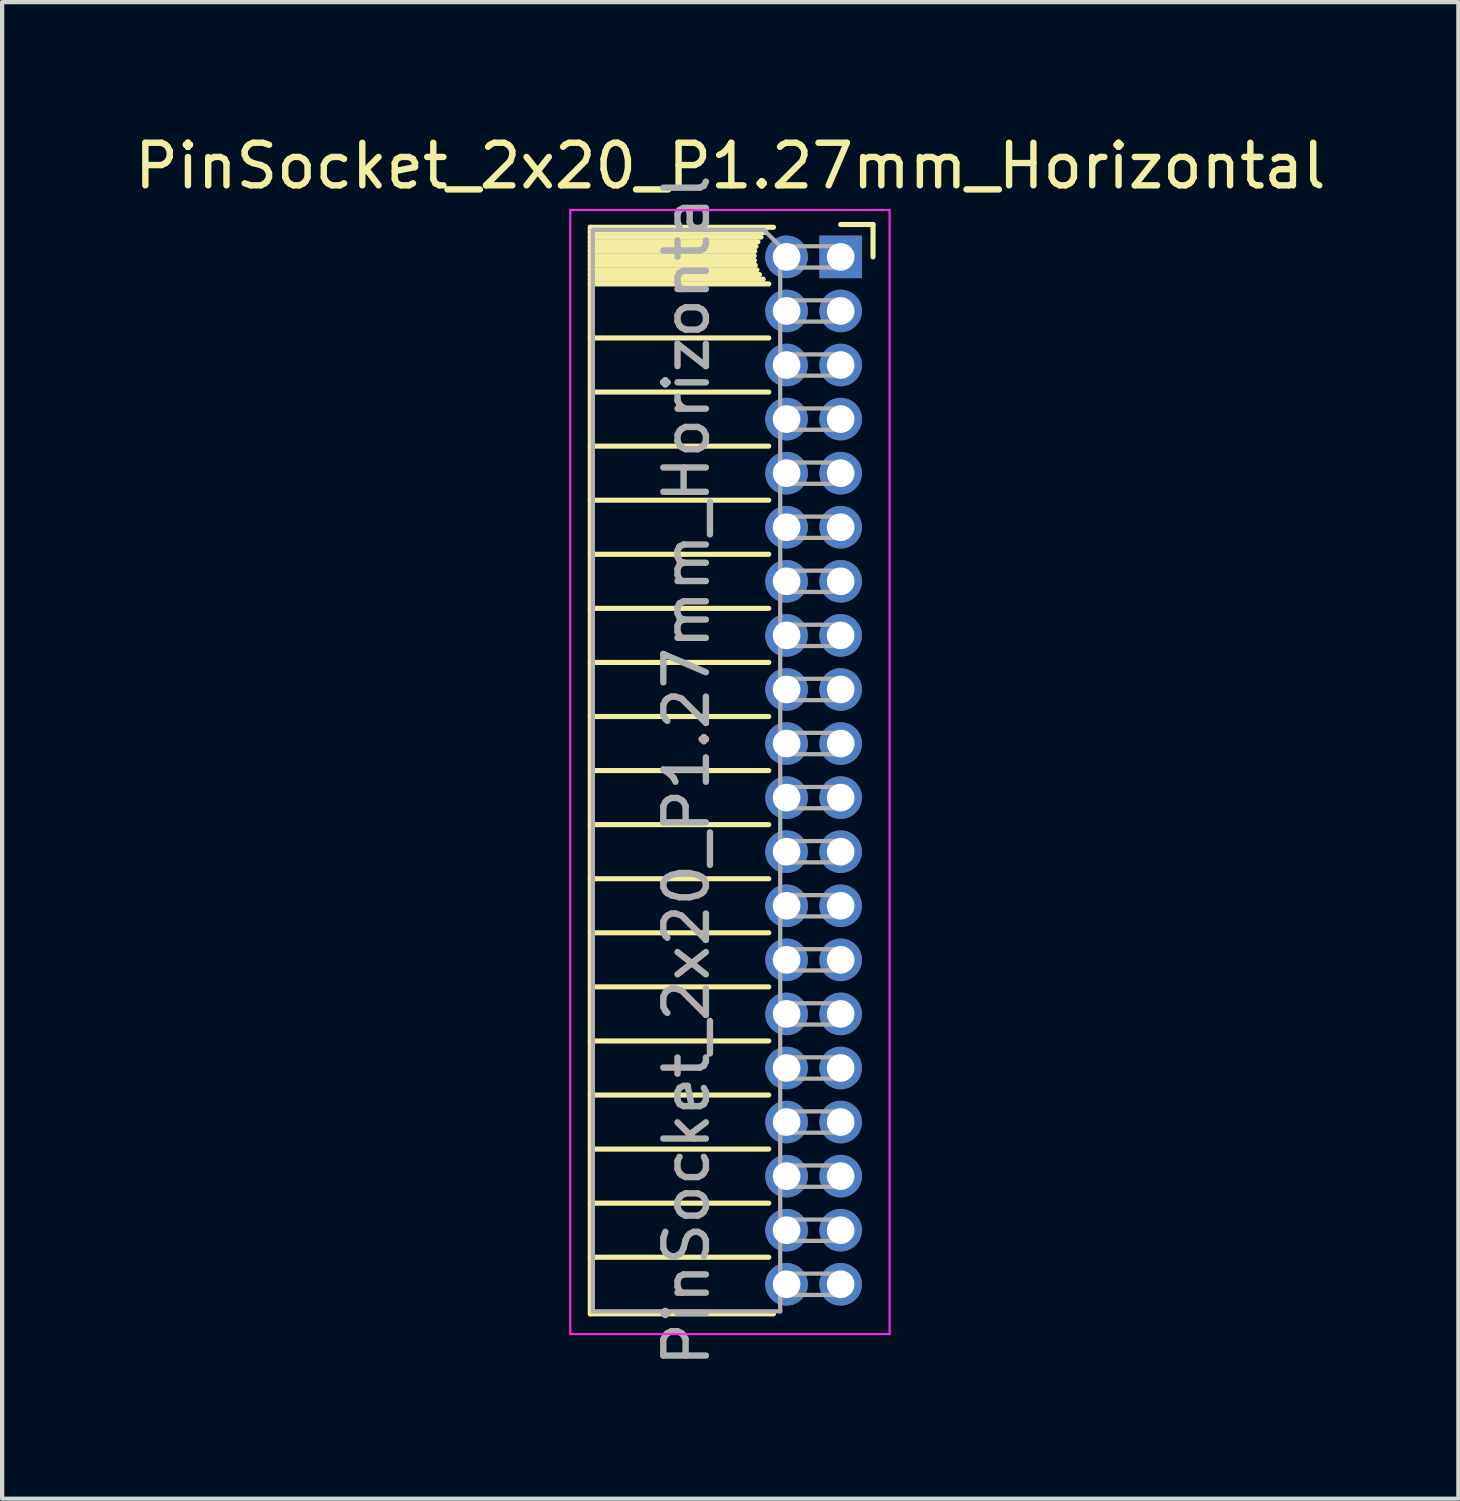
<source format=kicad_pcb>
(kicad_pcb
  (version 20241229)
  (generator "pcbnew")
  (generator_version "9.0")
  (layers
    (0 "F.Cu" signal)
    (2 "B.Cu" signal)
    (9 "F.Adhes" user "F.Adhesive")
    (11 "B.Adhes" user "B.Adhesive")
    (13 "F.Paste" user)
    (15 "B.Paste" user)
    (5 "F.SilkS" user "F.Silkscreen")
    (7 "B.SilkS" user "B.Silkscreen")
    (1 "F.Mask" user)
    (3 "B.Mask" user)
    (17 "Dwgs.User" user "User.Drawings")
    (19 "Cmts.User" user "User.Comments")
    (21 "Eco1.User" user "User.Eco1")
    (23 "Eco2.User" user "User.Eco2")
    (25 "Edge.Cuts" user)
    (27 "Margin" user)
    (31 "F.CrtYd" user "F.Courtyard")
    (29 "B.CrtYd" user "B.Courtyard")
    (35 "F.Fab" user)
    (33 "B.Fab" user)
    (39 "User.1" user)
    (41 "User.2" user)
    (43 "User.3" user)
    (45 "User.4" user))
  (footprint "PinSocket_2x20_P1.27mm_Horizontal"
    (layer "F.Cu")
    (at 16.694 2.983)
    (property "Reference" "PinSocket_2x20_P1.27mm_Horizontal" (at -2.592 -2.135 0) (layer "F.SilkS") (effects (font (size 1 1) (thickness 0.15))))
    (attr through_hole)
    (fp_line (start -5.88 -0.695) (end -5.88 24.825) (stroke (width 0.12) (type solid)) (layer "F.SilkS"))
    (fp_line (start -5.88 -0.695) (end -1.578 -0.695) (stroke (width 0.12) (type solid)) (layer "F.SilkS"))
    (fp_line (start -5.88 -0.575) (end -1.767 -0.575) (stroke (width 0.12) (type solid)) (layer "F.SilkS"))
    (fp_line (start -5.88 -0.465) (end -1.871 -0.465) (stroke (width 0.12) (type solid)) (layer "F.SilkS"))
    (fp_line (start -5.88 -0.355) (end -1.942 -0.355) (stroke (width 0.12) (type solid)) (layer "F.SilkS"))
    (fp_line (start -5.88 -0.245) (end -1.989 -0.245) (stroke (width 0.12) (type solid)) (layer "F.SilkS"))
    (fp_line (start -5.88 -0.135) (end -2.018 -0.135) (stroke (width 0.12) (type solid)) (layer "F.SilkS"))
    (fp_line (start -5.88 -0.025) (end -2.03 -0.025) (stroke (width 0.12) (type solid)) (layer "F.SilkS"))
    (fp_line (start -5.88 0.085) (end -2.025 0.085) (stroke (width 0.12) (type solid)) (layer "F.SilkS"))
    (fp_line (start -5.88 0.195) (end -2.005 0.195) (stroke (width 0.12) (type solid)) (layer "F.SilkS"))
    (fp_line (start -5.88 0.305) (end -1.966 0.305) (stroke (width 0.12) (type solid)) (layer "F.SilkS"))
    (fp_line (start -5.88 0.415) (end -1.907 0.415) (stroke (width 0.12) (type solid)) (layer "F.SilkS"))
    (fp_line (start -5.88 0.525) (end -1.82 0.525) (stroke (width 0.12) (type solid)) (layer "F.SilkS"))
    (fp_line (start -5.88 0.635) (end -1.688 0.635) (stroke (width 0.12) (type solid)) (layer "F.SilkS"))
    (fp_line (start -5.88 1.905) (end -1.688 1.905) (stroke (width 0.12) (type solid)) (layer "F.SilkS"))
    (fp_line (start -5.88 3.175) (end -1.688 3.175) (stroke (width 0.12) (type solid)) (layer "F.SilkS"))
    (fp_line (start -5.88 4.445) (end -1.688 4.445) (stroke (width 0.12) (type solid)) (layer "F.SilkS"))
    (fp_line (start -5.88 5.715) (end -1.688 5.715) (stroke (width 0.12) (type solid)) (layer "F.SilkS"))
    (fp_line (start -5.88 6.985) (end -1.688 6.985) (stroke (width 0.12) (type solid)) (layer "F.SilkS"))
    (fp_line (start -5.88 8.255) (end -1.688 8.255) (stroke (width 0.12) (type solid)) (layer "F.SilkS"))
    (fp_line (start -5.88 9.525) (end -1.688 9.525) (stroke (width 0.12) (type solid)) (layer "F.SilkS"))
    (fp_line (start -5.88 10.795) (end -1.688 10.795) (stroke (width 0.12) (type solid)) (layer "F.SilkS"))
    (fp_line (start -5.88 12.065) (end -1.688 12.065) (stroke (width 0.12) (type solid)) (layer "F.SilkS"))
    (fp_line (start -5.88 13.335) (end -1.688 13.335) (stroke (width 0.12) (type solid)) (layer "F.SilkS"))
    (fp_line (start -5.88 14.605) (end -1.688 14.605) (stroke (width 0.12) (type solid)) (layer "F.SilkS"))
    (fp_line (start -5.88 15.875) (end -1.688 15.875) (stroke (width 0.12) (type solid)) (layer "F.SilkS"))
    (fp_line (start -5.88 17.145) (end -1.688 17.145) (stroke (width 0.12) (type solid)) (layer "F.SilkS"))
    (fp_line (start -5.88 18.415) (end -1.688 18.415) (stroke (width 0.12) (type solid)) (layer "F.SilkS"))
    (fp_line (start -5.88 19.685) (end -1.688 19.685) (stroke (width 0.12) (type solid)) (layer "F.SilkS"))
    (fp_line (start -5.88 20.955) (end -1.688 20.955) (stroke (width 0.12) (type solid)) (layer "F.SilkS"))
    (fp_line (start -5.88 22.225) (end -1.688 22.225) (stroke (width 0.12) (type solid)) (layer "F.SilkS"))
    (fp_line (start -5.88 23.495) (end -1.688 23.495) (stroke (width 0.12) (type solid)) (layer "F.SilkS"))
    (fp_line (start -5.88 24.825) (end -1.578 24.825) (stroke (width 0.12) (type solid)) (layer "F.SilkS"))
    (fp_line (start 0 -0.76) (end 0.76 -0.76) (stroke (width 0.12) (type solid)) (layer "F.SilkS"))
    (fp_line (start 0.76 -0.76) (end 0.76 0) (stroke (width 0.12) (type solid)) (layer "F.SilkS"))
    (fp_line (start -6.35 -1.1) (end -6.35 25.3) (stroke (width 0.05) (type solid)) (layer "F.CrtYd"))
    (fp_line (start -6.35 25.3) (end 1.15 25.3) (stroke (width 0.05) (type solid)) (layer "F.CrtYd"))
    (fp_line (start 1.15 -1.1) (end -6.35 -1.1) (stroke (width 0.05) (type solid)) (layer "F.CrtYd"))
    (fp_line (start 1.15 25.3) (end 1.15 -1.1) (stroke (width 0.05) (type solid)) (layer "F.CrtYd"))
    (fp_line (start -5.82 -0.635) (end -1.805 -0.635) (stroke (width 0.1) (type solid)) (layer "F.Fab"))
    (fp_line (start -5.82 24.765) (end -5.82 -0.635) (stroke (width 0.1) (type solid)) (layer "F.Fab"))
    (fp_line (start -1.805 -0.635) (end -1.42 -0.25) (stroke (width 0.1) (type solid)) (layer "F.Fab"))
    (fp_line (start -1.42 -0.25) (end -1.42 24.765) (stroke (width 0.1) (type solid)) (layer "F.Fab"))
    (fp_line (start -1.42 0.25) (end 0 0.25) (stroke (width 0.1) (type solid)) (layer "F.Fab"))
    (fp_line (start -1.42 1.52) (end 0 1.52) (stroke (width 0.1) (type solid)) (layer "F.Fab"))
    (fp_line (start -1.42 2.79) (end 0 2.79) (stroke (width 0.1) (type solid)) (layer "F.Fab"))
    (fp_line (start -1.42 4.06) (end 0 4.06) (stroke (width 0.1) (type solid)) (layer "F.Fab"))
    (fp_line (start -1.42 5.33) (end 0 5.33) (stroke (width 0.1) (type solid)) (layer "F.Fab"))
    (fp_line (start -1.42 6.6) (end 0 6.6) (stroke (width 0.1) (type solid)) (layer "F.Fab"))
    (fp_line (start -1.42 7.87) (end 0 7.87) (stroke (width 0.1) (type solid)) (layer "F.Fab"))
    (fp_line (start -1.42 9.14) (end 0 9.14) (stroke (width 0.1) (type solid)) (layer "F.Fab"))
    (fp_line (start -1.42 10.41) (end 0 10.41) (stroke (width 0.1) (type solid)) (layer "F.Fab"))
    (fp_line (start -1.42 11.68) (end 0 11.68) (stroke (width 0.1) (type solid)) (layer "F.Fab"))
    (fp_line (start -1.42 12.95) (end 0 12.95) (stroke (width 0.1) (type solid)) (layer "F.Fab"))
    (fp_line (start -1.42 14.22) (end 0 14.22) (stroke (width 0.1) (type solid)) (layer "F.Fab"))
    (fp_line (start -1.42 15.49) (end 0 15.49) (stroke (width 0.1) (type solid)) (layer "F.Fab"))
    (fp_line (start -1.42 16.76) (end 0 16.76) (stroke (width 0.1) (type solid)) (layer "F.Fab"))
    (fp_line (start -1.42 18.03) (end 0 18.03) (stroke (width 0.1) (type solid)) (layer "F.Fab"))
    (fp_line (start -1.42 19.3) (end 0 19.3) (stroke (width 0.1) (type solid)) (layer "F.Fab"))
    (fp_line (start -1.42 20.57) (end 0 20.57) (stroke (width 0.1) (type solid)) (layer "F.Fab"))
    (fp_line (start -1.42 21.84) (end 0 21.84) (stroke (width 0.1) (type solid)) (layer "F.Fab"))
    (fp_line (start -1.42 23.11) (end 0 23.11) (stroke (width 0.1) (type solid)) (layer "F.Fab"))
    (fp_line (start -1.42 24.38) (end 0 24.38) (stroke (width 0.1) (type solid)) (layer "F.Fab"))
    (fp_line (start -1.42 24.765) (end -5.82 24.765) (stroke (width 0.1) (type solid)) (layer "F.Fab"))
    (fp_line (start 0 -0.25) (end -1.42 -0.25) (stroke (width 0.1) (type solid)) (layer "F.Fab"))
    (fp_line (start 0 0.25) (end 0 -0.25) (stroke (width 0.1) (type solid)) (layer "F.Fab"))
    (fp_line (start 0 1.02) (end -1.42 1.02) (stroke (width 0.1) (type solid)) (layer "F.Fab"))
    (fp_line (start 0 1.52) (end 0 1.02) (stroke (width 0.1) (type solid)) (layer "F.Fab"))
    (fp_line (start 0 2.29) (end -1.42 2.29) (stroke (width 0.1) (type solid)) (layer "F.Fab"))
    (fp_line (start 0 2.79) (end 0 2.29) (stroke (width 0.1) (type solid)) (layer "F.Fab"))
    (fp_line (start 0 3.56) (end -1.42 3.56) (stroke (width 0.1) (type solid)) (layer "F.Fab"))
    (fp_line (start 0 4.06) (end 0 3.56) (stroke (width 0.1) (type solid)) (layer "F.Fab"))
    (fp_line (start 0 4.83) (end -1.42 4.83) (stroke (width 0.1) (type solid)) (layer "F.Fab"))
    (fp_line (start 0 5.33) (end 0 4.83) (stroke (width 0.1) (type solid)) (layer "F.Fab"))
    (fp_line (start 0 6.1) (end -1.42 6.1) (stroke (width 0.1) (type solid)) (layer "F.Fab"))
    (fp_line (start 0 6.6) (end 0 6.1) (stroke (width 0.1) (type solid)) (layer "F.Fab"))
    (fp_line (start 0 7.37) (end -1.42 7.37) (stroke (width 0.1) (type solid)) (layer "F.Fab"))
    (fp_line (start 0 7.87) (end 0 7.37) (stroke (width 0.1) (type solid)) (layer "F.Fab"))
    (fp_line (start 0 8.64) (end -1.42 8.64) (stroke (width 0.1) (type solid)) (layer "F.Fab"))
    (fp_line (start 0 9.14) (end 0 8.64) (stroke (width 0.1) (type solid)) (layer "F.Fab"))
    (fp_line (start 0 9.91) (end -1.42 9.91) (stroke (width 0.1) (type solid)) (layer "F.Fab"))
    (fp_line (start 0 10.41) (end 0 9.91) (stroke (width 0.1) (type solid)) (layer "F.Fab"))
    (fp_line (start 0 11.18) (end -1.42 11.18) (stroke (width 0.1) (type solid)) (layer "F.Fab"))
    (fp_line (start 0 11.68) (end 0 11.18) (stroke (width 0.1) (type solid)) (layer "F.Fab"))
    (fp_line (start 0 12.45) (end -1.42 12.45) (stroke (width 0.1) (type solid)) (layer "F.Fab"))
    (fp_line (start 0 12.95) (end 0 12.45) (stroke (width 0.1) (type solid)) (layer "F.Fab"))
    (fp_line (start 0 13.72) (end -1.42 13.72) (stroke (width 0.1) (type solid)) (layer "F.Fab"))
    (fp_line (start 0 14.22) (end 0 13.72) (stroke (width 0.1) (type solid)) (layer "F.Fab"))
    (fp_line (start 0 14.99) (end -1.42 14.99) (stroke (width 0.1) (type solid)) (layer "F.Fab"))
    (fp_line (start 0 15.49) (end 0 14.99) (stroke (width 0.1) (type solid)) (layer "F.Fab"))
    (fp_line (start 0 16.26) (end -1.42 16.26) (stroke (width 0.1) (type solid)) (layer "F.Fab"))
    (fp_line (start 0 16.76) (end 0 16.26) (stroke (width 0.1) (type solid)) (layer "F.Fab"))
    (fp_line (start 0 17.53) (end -1.42 17.53) (stroke (width 0.1) (type solid)) (layer "F.Fab"))
    (fp_line (start 0 18.03) (end 0 17.53) (stroke (width 0.1) (type solid)) (layer "F.Fab"))
    (fp_line (start 0 18.8) (end -1.42 18.8) (stroke (width 0.1) (type solid)) (layer "F.Fab"))
    (fp_line (start 0 19.3) (end 0 18.8) (stroke (width 0.1) (type solid)) (layer "F.Fab"))
    (fp_line (start 0 20.07) (end -1.42 20.07) (stroke (width 0.1) (type solid)) (layer "F.Fab"))
    (fp_line (start 0 20.57) (end 0 20.07) (stroke (width 0.1) (type solid)) (layer "F.Fab"))
    (fp_line (start 0 21.34) (end -1.42 21.34) (stroke (width 0.1) (type solid)) (layer "F.Fab"))
    (fp_line (start 0 21.84) (end 0 21.34) (stroke (width 0.1) (type solid)) (layer "F.Fab"))
    (fp_line (start 0 22.61) (end -1.42 22.61) (stroke (width 0.1) (type solid)) (layer "F.Fab"))
    (fp_line (start 0 23.11) (end 0 22.61) (stroke (width 0.1) (type solid)) (layer "F.Fab"))
    (fp_line (start 0 23.88) (end -1.42 23.88) (stroke (width 0.1) (type solid)) (layer "F.Fab"))
    (fp_line (start 0 24.38) (end 0 23.88) (stroke (width 0.1) (type solid)) (layer "F.Fab"))
    (fp_text user "${REFERENCE}" (at -3.62 12.065 90) (layer "F.Fab") (effects (font (size 1 1) (thickness 0.15))))
    (pad "1" thru_hole rect (at 0 0) (size 1 1) (drill 0.65) (layers "*.Cu" "*.Mask"))
    (pad "2" thru_hole oval (at -1.27 0) (size 1 1) (drill 0.65) (layers "*.Cu" "*.Mask"))
    (pad "3" thru_hole oval (at 0 1.27) (size 1 1) (drill 0.65) (layers "*.Cu" "*.Mask"))
    (pad "4" thru_hole oval (at -1.27 1.27) (size 1 1) (drill 0.65) (layers "*.Cu" "*.Mask"))
    (pad "5" thru_hole oval (at 0 2.54) (size 1 1) (drill 0.65) (layers "*.Cu" "*.Mask"))
    (pad "6" thru_hole oval (at -1.27 2.54) (size 1 1) (drill 0.65) (layers "*.Cu" "*.Mask"))
    (pad "7" thru_hole oval (at 0 3.81) (size 1 1) (drill 0.65) (layers "*.Cu" "*.Mask"))
    (pad "8" thru_hole oval (at -1.27 3.81) (size 1 1) (drill 0.65) (layers "*.Cu" "*.Mask"))
    (pad "9" thru_hole oval (at 0 5.08) (size 1 1) (drill 0.65) (layers "*.Cu" "*.Mask"))
    (pad "10" thru_hole oval (at -1.27 5.08) (size 1 1) (drill 0.65) (layers "*.Cu" "*.Mask"))
    (pad "11" thru_hole oval (at 0 6.35) (size 1 1) (drill 0.65) (layers "*.Cu" "*.Mask"))
    (pad "12" thru_hole oval (at -1.27 6.35) (size 1 1) (drill 0.65) (layers "*.Cu" "*.Mask"))
    (pad "13" thru_hole oval (at 0 7.62) (size 1 1) (drill 0.65) (layers "*.Cu" "*.Mask"))
    (pad "14" thru_hole oval (at -1.27 7.62) (size 1 1) (drill 0.65) (layers "*.Cu" "*.Mask"))
    (pad "15" thru_hole oval (at 0 8.89) (size 1 1) (drill 0.65) (layers "*.Cu" "*.Mask"))
    (pad "16" thru_hole oval (at -1.27 8.89) (size 1 1) (drill 0.65) (layers "*.Cu" "*.Mask"))
    (pad "17" thru_hole oval (at 0 10.16) (size 1 1) (drill 0.65) (layers "*.Cu" "*.Mask"))
    (pad "18" thru_hole oval (at -1.27 10.16) (size 1 1) (drill 0.65) (layers "*.Cu" "*.Mask"))
    (pad "19" thru_hole oval (at 0 11.43) (size 1 1) (drill 0.65) (layers "*.Cu" "*.Mask"))
    (pad "20" thru_hole oval (at -1.27 11.43) (size 1 1) (drill 0.65) (layers "*.Cu" "*.Mask"))
    (pad "21" thru_hole oval (at 0 12.7) (size 1 1) (drill 0.65) (layers "*.Cu" "*.Mask"))
    (pad "22" thru_hole oval (at -1.27 12.7) (size 1 1) (drill 0.65) (layers "*.Cu" "*.Mask"))
    (pad "23" thru_hole oval (at 0 13.97) (size 1 1) (drill 0.65) (layers "*.Cu" "*.Mask"))
    (pad "24" thru_hole oval (at -1.27 13.97) (size 1 1) (drill 0.65) (layers "*.Cu" "*.Mask"))
    (pad "25" thru_hole oval (at 0 15.24) (size 1 1) (drill 0.65) (layers "*.Cu" "*.Mask"))
    (pad "26" thru_hole oval (at -1.27 15.24) (size 1 1) (drill 0.65) (layers "*.Cu" "*.Mask"))
    (pad "27" thru_hole oval (at 0 16.51) (size 1 1) (drill 0.65) (layers "*.Cu" "*.Mask"))
    (pad "28" thru_hole oval (at -1.27 16.51) (size 1 1) (drill 0.65) (layers "*.Cu" "*.Mask"))
    (pad "29" thru_hole oval (at 0 17.78) (size 1 1) (drill 0.65) (layers "*.Cu" "*.Mask"))
    (pad "30" thru_hole oval (at -1.27 17.78) (size 1 1) (drill 0.65) (layers "*.Cu" "*.Mask"))
    (pad "31" thru_hole oval (at 0 19.05) (size 1 1) (drill 0.65) (layers "*.Cu" "*.Mask"))
    (pad "32" thru_hole oval (at -1.27 19.05) (size 1 1) (drill 0.65) (layers "*.Cu" "*.Mask"))
    (pad "33" thru_hole oval (at 0 20.32) (size 1 1) (drill 0.65) (layers "*.Cu" "*.Mask"))
    (pad "34" thru_hole oval (at -1.27 20.32) (size 1 1) (drill 0.65) (layers "*.Cu" "*.Mask"))
    (pad "35" thru_hole oval (at 0 21.59) (size 1 1) (drill 0.65) (layers "*.Cu" "*.Mask"))
    (pad "36" thru_hole oval (at -1.27 21.59) (size 1 1) (drill 0.65) (layers "*.Cu" "*.Mask"))
    (pad "37" thru_hole oval (at 0 22.86) (size 1 1) (drill 0.65) (layers "*.Cu" "*.Mask"))
    (pad "38" thru_hole oval (at -1.27 22.86) (size 1 1) (drill 0.65) (layers "*.Cu" "*.Mask"))
    (pad "39" thru_hole oval (at 0 24.13) (size 1 1) (drill 0.65) (layers "*.Cu" "*.Mask"))
    (pad "40" thru_hole oval (at -1.27 24.13) (size 1 1) (drill 0.65) (layers "*.Cu" "*.Mask")))
  (gr_rect
    (start -3 -3)
    (end 31.202 32.149)
    (stroke (width 0.1) (type default))
    (fill no)
    (layer "Edge.Cuts")))
</source>
